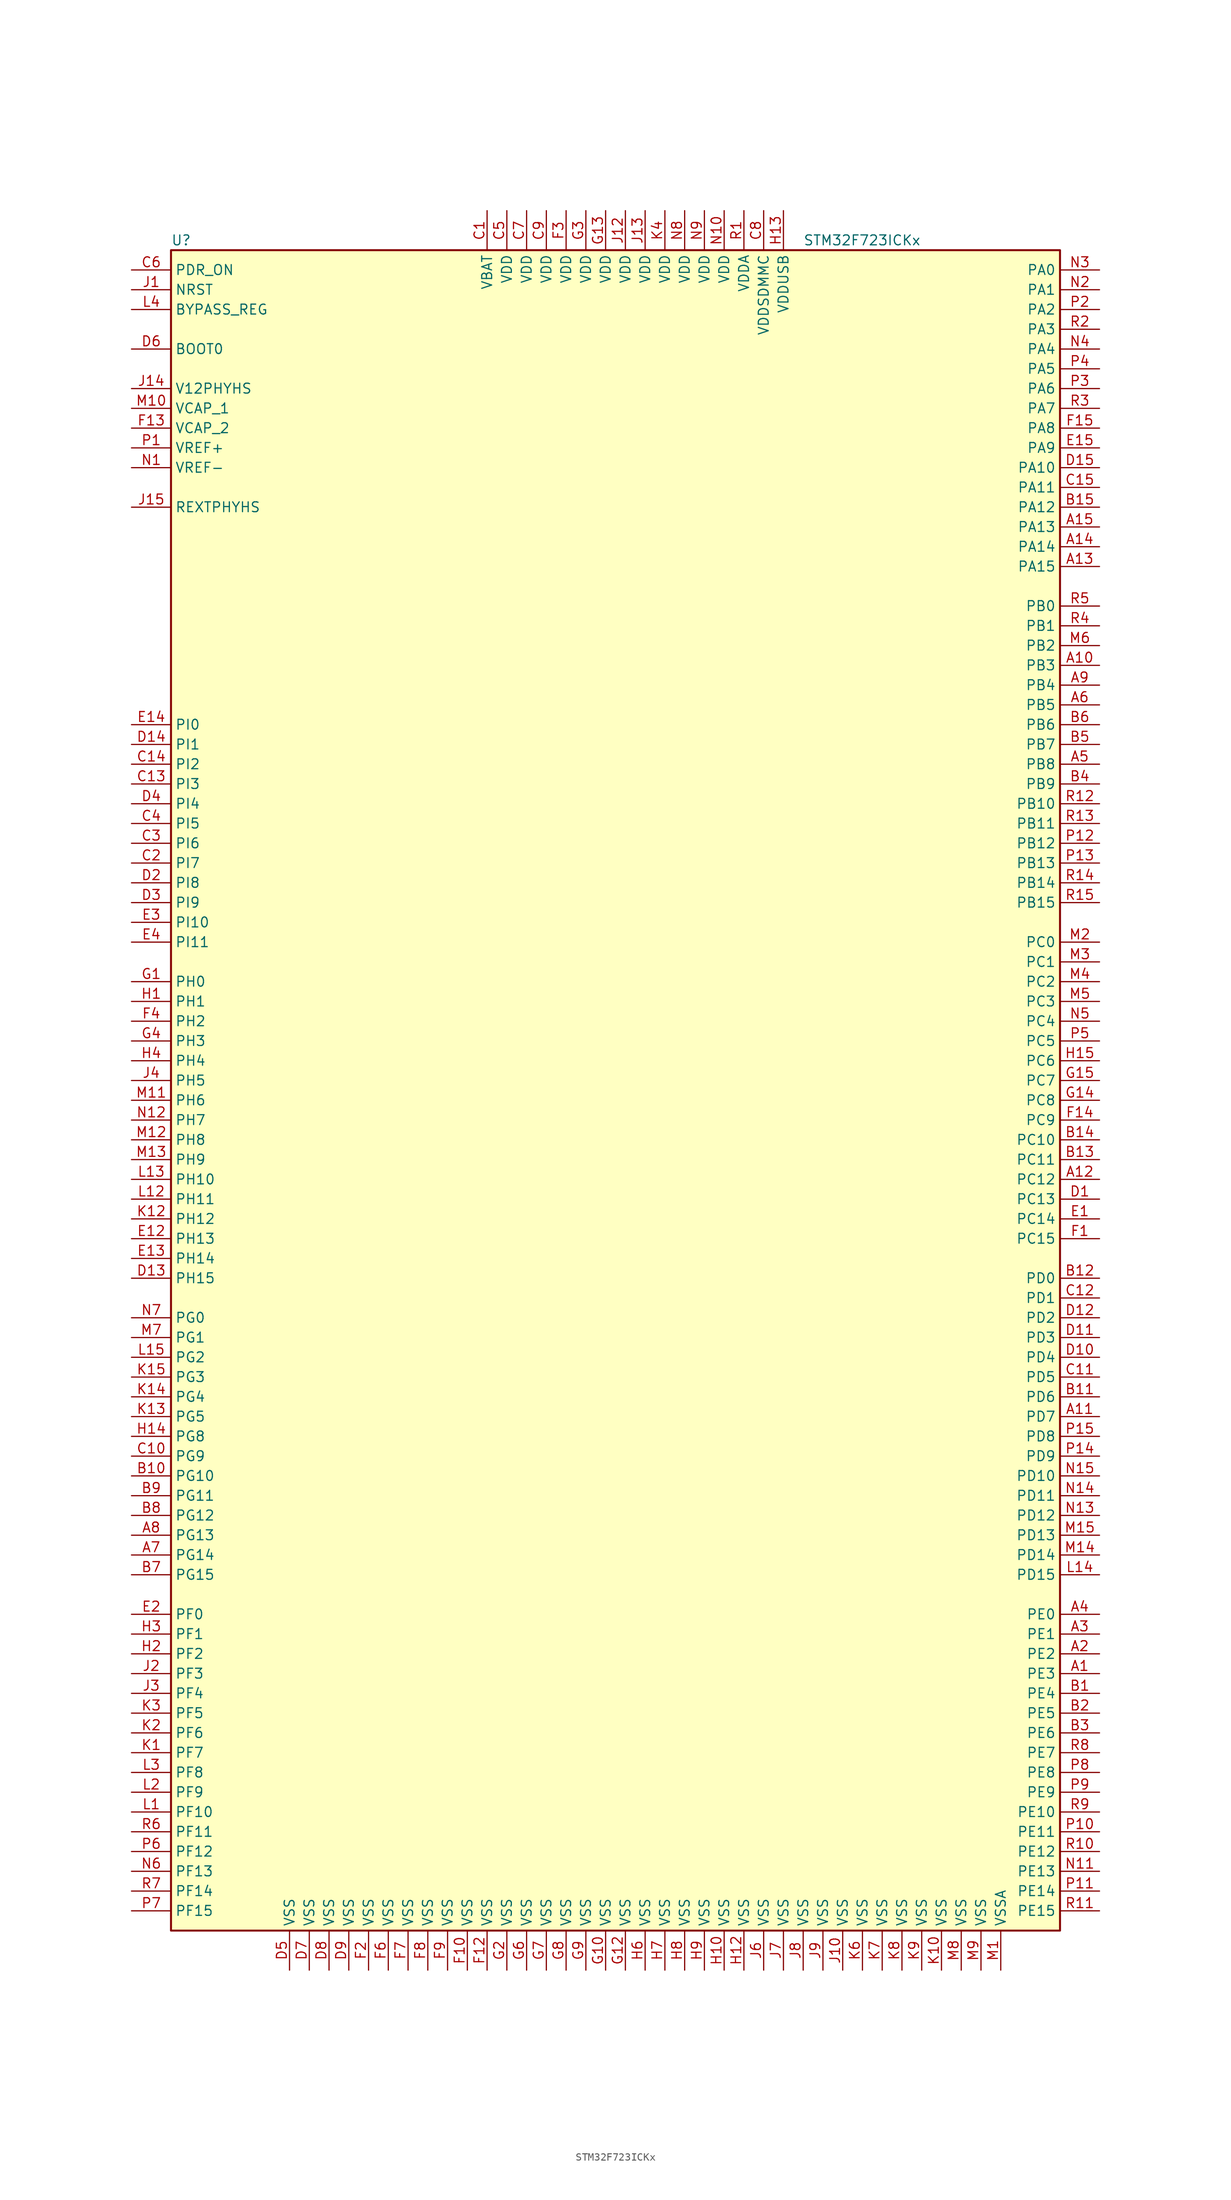
<source format=kicad_sym>
(kicad_symbol_lib
  (version 20201005)
  (generator kicad_symbol_editor)
  (symbol "STM32F723ICKx"
    (property "Reference" "U"
      (at -58.42 107.95 0)
      (effects (font (size 1.27 1.27)) (justify left)))
    (property "Value" "STM32F723ICKx"
      (at 22.86 107.95 0)
      (effects (font (size 1.27 1.27)) (justify left)))
    (symbol "STM32F723ICKx_0_1"
      (rectangle (start -58.42 -109.22) (end 55.88 106.68) (stroke (width 0.254)) (fill (type background))))
    (symbol "STM32F723ICKx_1_1"
      (pin bidirectional line (at 60.96 -76.2 180) (length 5.08) (name "PE3" (effects (font (size 1.27 1.27)))) (number "A1" (effects (font (size 1.27 1.27)))))
      (pin bidirectional line (at 60.96 53.34 180) (length 5.08) (name "PB3" (effects (font (size 1.27 1.27)))) (number "A10" (effects (font (size 1.27 1.27)))))
      (pin bidirectional line (at 60.96 -43.18 180) (length 5.08) (name "PD7" (effects (font (size 1.27 1.27)))) (number "A11" (effects (font (size 1.27 1.27)))))
      (pin bidirectional line (at 60.96 -12.7 180) (length 5.08) (name "PC12" (effects (font (size 1.27 1.27)))) (number "A12" (effects (font (size 1.27 1.27)))))
      (pin bidirectional line (at 60.96 66.04 180) (length 5.08) (name "PA15" (effects (font (size 1.27 1.27)))) (number "A13" (effects (font (size 1.27 1.27)))))
      (pin bidirectional line (at 60.96 68.58 180) (length 5.08) (name "PA14" (effects (font (size 1.27 1.27)))) (number "A14" (effects (font (size 1.27 1.27)))))
      (pin bidirectional line (at 60.96 71.12 180) (length 5.08) (name "PA13" (effects (font (size 1.27 1.27)))) (number "A15" (effects (font (size 1.27 1.27)))))
      (pin bidirectional line (at 60.96 -73.66 180) (length 5.08) (name "PE2" (effects (font (size 1.27 1.27)))) (number "A2" (effects (font (size 1.27 1.27)))))
      (pin bidirectional line (at 60.96 -71.12 180) (length 5.08) (name "PE1" (effects (font (size 1.27 1.27)))) (number "A3" (effects (font (size 1.27 1.27)))))
      (pin bidirectional line (at 60.96 -68.58 180) (length 5.08) (name "PE0" (effects (font (size 1.27 1.27)))) (number "A4" (effects (font (size 1.27 1.27)))))
      (pin bidirectional line (at 60.96 40.64 180) (length 5.08) (name "PB8" (effects (font (size 1.27 1.27)))) (number "A5" (effects (font (size 1.27 1.27)))))
      (pin bidirectional line (at 60.96 48.26 180) (length 5.08) (name "PB5" (effects (font (size 1.27 1.27)))) (number "A6" (effects (font (size 1.27 1.27)))))
      (pin bidirectional line (at -63.5 -60.96 0) (length 5.08) (name "PG14" (effects (font (size 1.27 1.27)))) (number "A7" (effects (font (size 1.27 1.27)))))
      (pin bidirectional line (at -63.5 -58.42 0) (length 5.08) (name "PG13" (effects (font (size 1.27 1.27)))) (number "A8" (effects (font (size 1.27 1.27)))))
      (pin bidirectional line (at 60.96 50.8 180) (length 5.08) (name "PB4" (effects (font (size 1.27 1.27)))) (number "A9" (effects (font (size 1.27 1.27)))))
      (pin bidirectional line (at 60.96 -78.74 180) (length 5.08) (name "PE4" (effects (font (size 1.27 1.27)))) (number "B1" (effects (font (size 1.27 1.27)))))
      (pin bidirectional line (at -63.5 -50.8 0) (length 5.08) (name "PG10" (effects (font (size 1.27 1.27)))) (number "B10" (effects (font (size 1.27 1.27)))))
      (pin bidirectional line (at 60.96 -40.64 180) (length 5.08) (name "PD6" (effects (font (size 1.27 1.27)))) (number "B11" (effects (font (size 1.27 1.27)))))
      (pin bidirectional line (at 60.96 -25.4 180) (length 5.08) (name "PD0" (effects (font (size 1.27 1.27)))) (number "B12" (effects (font (size 1.27 1.27)))))
      (pin bidirectional line (at 60.96 -10.16 180) (length 5.08) (name "PC11" (effects (font (size 1.27 1.27)))) (number "B13" (effects (font (size 1.27 1.27)))))
      (pin bidirectional line (at 60.96 -7.62 180) (length 5.08) (name "PC10" (effects (font (size 1.27 1.27)))) (number "B14" (effects (font (size 1.27 1.27)))))
      (pin bidirectional line (at 60.96 73.66 180) (length 5.08) (name "PA12" (effects (font (size 1.27 1.27)))) (number "B15" (effects (font (size 1.27 1.27)))))
      (pin bidirectional line (at 60.96 -81.28 180) (length 5.08) (name "PE5" (effects (font (size 1.27 1.27)))) (number "B2" (effects (font (size 1.27 1.27)))))
      (pin bidirectional line (at 60.96 -83.82 180) (length 5.08) (name "PE6" (effects (font (size 1.27 1.27)))) (number "B3" (effects (font (size 1.27 1.27)))))
      (pin bidirectional line (at 60.96 38.1 180) (length 5.08) (name "PB9" (effects (font (size 1.27 1.27)))) (number "B4" (effects (font (size 1.27 1.27)))))
      (pin bidirectional line (at 60.96 43.18 180) (length 5.08) (name "PB7" (effects (font (size 1.27 1.27)))) (number "B5" (effects (font (size 1.27 1.27)))))
      (pin bidirectional line (at 60.96 45.72 180) (length 5.08) (name "PB6" (effects (font (size 1.27 1.27)))) (number "B6" (effects (font (size 1.27 1.27)))))
      (pin bidirectional line (at -63.5 -63.5 0) (length 5.08) (name "PG15" (effects (font (size 1.27 1.27)))) (number "B7" (effects (font (size 1.27 1.27)))))
      (pin bidirectional line (at -63.5 -55.88 0) (length 5.08) (name "PG12" (effects (font (size 1.27 1.27)))) (number "B8" (effects (font (size 1.27 1.27)))))
      (pin bidirectional line (at -63.5 -53.34 0) (length 5.08) (name "PG11" (effects (font (size 1.27 1.27)))) (number "B9" (effects (font (size 1.27 1.27)))))
      (pin power_in line (at -17.78 111.76 270) (length 5.08) (name "VBAT" (effects (font (size 1.27 1.27)))) (number "C1" (effects (font (size 1.27 1.27)))))
      (pin bidirectional line (at -63.5 -48.26 0) (length 5.08) (name "PG9" (effects (font (size 1.27 1.27)))) (number "C10" (effects (font (size 1.27 1.27)))))
      (pin bidirectional line (at 60.96 -38.1 180) (length 5.08) (name "PD5" (effects (font (size 1.27 1.27)))) (number "C11" (effects (font (size 1.27 1.27)))))
      (pin bidirectional line (at 60.96 -27.94 180) (length 5.08) (name "PD1" (effects (font (size 1.27 1.27)))) (number "C12" (effects (font (size 1.27 1.27)))))
      (pin bidirectional line (at -63.5 38.1 0) (length 5.08) (name "PI3" (effects (font (size 1.27 1.27)))) (number "C13" (effects (font (size 1.27 1.27)))))
      (pin bidirectional line (at -63.5 40.64 0) (length 5.08) (name "PI2" (effects (font (size 1.27 1.27)))) (number "C14" (effects (font (size 1.27 1.27)))))
      (pin bidirectional line (at 60.96 76.2 180) (length 5.08) (name "PA11" (effects (font (size 1.27 1.27)))) (number "C15" (effects (font (size 1.27 1.27)))))
      (pin bidirectional line (at -63.5 27.94 0) (length 5.08) (name "PI7" (effects (font (size 1.27 1.27)))) (number "C2" (effects (font (size 1.27 1.27)))))
      (pin bidirectional line (at -63.5 30.48 0) (length 5.08) (name "PI6" (effects (font (size 1.27 1.27)))) (number "C3" (effects (font (size 1.27 1.27)))))
      (pin bidirectional line (at -63.5 33.02 0) (length 5.08) (name "PI5" (effects (font (size 1.27 1.27)))) (number "C4" (effects (font (size 1.27 1.27)))))
      (pin power_in line (at -15.24 111.76 270) (length 5.08) (name "VDD" (effects (font (size 1.27 1.27)))) (number "C5" (effects (font (size 1.27 1.27)))))
      (pin input line (at -63.5 104.14 0) (length 5.08) (name "PDR_ON" (effects (font (size 1.27 1.27)))) (number "C6" (effects (font (size 1.27 1.27)))))
      (pin power_in line (at -12.7 111.76 270) (length 5.08) (name "VDD" (effects (font (size 1.27 1.27)))) (number "C7" (effects (font (size 1.27 1.27)))))
      (pin power_in line (at 17.78 111.76 270) (length 5.08) (name "VDDSDMMC" (effects (font (size 1.27 1.27)))) (number "C8" (effects (font (size 1.27 1.27)))))
      (pin power_in line (at -10.16 111.76 270) (length 5.08) (name "VDD" (effects (font (size 1.27 1.27)))) (number "C9" (effects (font (size 1.27 1.27)))))
      (pin bidirectional line (at 60.96 -15.24 180) (length 5.08) (name "PC13" (effects (font (size 1.27 1.27)))) (number "D1" (effects (font (size 1.27 1.27)))))
      (pin bidirectional line (at 60.96 -35.56 180) (length 5.08) (name "PD4" (effects (font (size 1.27 1.27)))) (number "D10" (effects (font (size 1.27 1.27)))))
      (pin bidirectional line (at 60.96 -33.02 180) (length 5.08) (name "PD3" (effects (font (size 1.27 1.27)))) (number "D11" (effects (font (size 1.27 1.27)))))
      (pin bidirectional line (at 60.96 -30.48 180) (length 5.08) (name "PD2" (effects (font (size 1.27 1.27)))) (number "D12" (effects (font (size 1.27 1.27)))))
      (pin bidirectional line (at -63.5 -25.4 0) (length 5.08) (name "PH15" (effects (font (size 1.27 1.27)))) (number "D13" (effects (font (size 1.27 1.27)))))
      (pin bidirectional line (at -63.5 43.18 0) (length 5.08) (name "PI1" (effects (font (size 1.27 1.27)))) (number "D14" (effects (font (size 1.27 1.27)))))
      (pin bidirectional line (at 60.96 78.74 180) (length 5.08) (name "PA10" (effects (font (size 1.27 1.27)))) (number "D15" (effects (font (size 1.27 1.27)))))
      (pin bidirectional line (at -63.5 25.4 0) (length 5.08) (name "PI8" (effects (font (size 1.27 1.27)))) (number "D2" (effects (font (size 1.27 1.27)))))
      (pin bidirectional line (at -63.5 22.86 0) (length 5.08) (name "PI9" (effects (font (size 1.27 1.27)))) (number "D3" (effects (font (size 1.27 1.27)))))
      (pin bidirectional line (at -63.5 35.56 0) (length 5.08) (name "PI4" (effects (font (size 1.27 1.27)))) (number "D4" (effects (font (size 1.27 1.27)))))
      (pin power_in line (at -43.18 -114.3 90) (length 5.08) (name "VSS" (effects (font (size 1.27 1.27)))) (number "D5" (effects (font (size 1.27 1.27)))))
      (pin input line (at -63.5 93.98 0) (length 5.08) (name "BOOT0" (effects (font (size 1.27 1.27)))) (number "D6" (effects (font (size 1.27 1.27)))))
      (pin power_in line (at -40.64 -114.3 90) (length 5.08) (name "VSS" (effects (font (size 1.27 1.27)))) (number "D7" (effects (font (size 1.27 1.27)))))
      (pin power_in line (at -38.1 -114.3 90) (length 5.08) (name "VSS" (effects (font (size 1.27 1.27)))) (number "D8" (effects (font (size 1.27 1.27)))))
      (pin power_in line (at -35.56 -114.3 90) (length 5.08) (name "VSS" (effects (font (size 1.27 1.27)))) (number "D9" (effects (font (size 1.27 1.27)))))
      (pin bidirectional line (at 60.96 -17.78 180) (length 5.08) (name "PC14" (effects (font (size 1.27 1.27)))) (number "E1" (effects (font (size 1.27 1.27)))))
      (pin bidirectional line (at -63.5 -20.32 0) (length 5.08) (name "PH13" (effects (font (size 1.27 1.27)))) (number "E12" (effects (font (size 1.27 1.27)))))
      (pin bidirectional line (at -63.5 -22.86 0) (length 5.08) (name "PH14" (effects (font (size 1.27 1.27)))) (number "E13" (effects (font (size 1.27 1.27)))))
      (pin bidirectional line (at -63.5 45.72 0) (length 5.08) (name "PI0" (effects (font (size 1.27 1.27)))) (number "E14" (effects (font (size 1.27 1.27)))))
      (pin bidirectional line (at 60.96 81.28 180) (length 5.08) (name "PA9" (effects (font (size 1.27 1.27)))) (number "E15" (effects (font (size 1.27 1.27)))))
      (pin bidirectional line (at -63.5 -68.58 0) (length 5.08) (name "PF0" (effects (font (size 1.27 1.27)))) (number "E2" (effects (font (size 1.27 1.27)))))
      (pin bidirectional line (at -63.5 20.32 0) (length 5.08) (name "PI10" (effects (font (size 1.27 1.27)))) (number "E3" (effects (font (size 1.27 1.27)))))
      (pin bidirectional line (at -63.5 17.78 0) (length 5.08) (name "PI11" (effects (font (size 1.27 1.27)))) (number "E4" (effects (font (size 1.27 1.27)))))
      (pin bidirectional line (at 60.96 -20.32 180) (length 5.08) (name "PC15" (effects (font (size 1.27 1.27)))) (number "F1" (effects (font (size 1.27 1.27)))))
      (pin power_in line (at -20.32 -114.3 90) (length 5.08) (name "VSS" (effects (font (size 1.27 1.27)))) (number "F10" (effects (font (size 1.27 1.27)))))
      (pin power_in line (at -17.78 -114.3 90) (length 5.08) (name "VSS" (effects (font (size 1.27 1.27)))) (number "F12" (effects (font (size 1.27 1.27)))))
      (pin power_in line (at -63.5 83.82 0) (length 5.08) (name "VCAP_2" (effects (font (size 1.27 1.27)))) (number "F13" (effects (font (size 1.27 1.27)))))
      (pin bidirectional line (at 60.96 -5.08 180) (length 5.08) (name "PC9" (effects (font (size 1.27 1.27)))) (number "F14" (effects (font (size 1.27 1.27)))))
      (pin bidirectional line (at 60.96 83.82 180) (length 5.08) (name "PA8" (effects (font (size 1.27 1.27)))) (number "F15" (effects (font (size 1.27 1.27)))))
      (pin power_in line (at -33.02 -114.3 90) (length 5.08) (name "VSS" (effects (font (size 1.27 1.27)))) (number "F2" (effects (font (size 1.27 1.27)))))
      (pin power_in line (at -7.62 111.76 270) (length 5.08) (name "VDD" (effects (font (size 1.27 1.27)))) (number "F3" (effects (font (size 1.27 1.27)))))
      (pin bidirectional line (at -63.5 7.62 0) (length 5.08) (name "PH2" (effects (font (size 1.27 1.27)))) (number "F4" (effects (font (size 1.27 1.27)))))
      (pin power_in line (at -30.48 -114.3 90) (length 5.08) (name "VSS" (effects (font (size 1.27 1.27)))) (number "F6" (effects (font (size 1.27 1.27)))))
      (pin power_in line (at -27.94 -114.3 90) (length 5.08) (name "VSS" (effects (font (size 1.27 1.27)))) (number "F7" (effects (font (size 1.27 1.27)))))
      (pin power_in line (at -25.4 -114.3 90) (length 5.08) (name "VSS" (effects (font (size 1.27 1.27)))) (number "F8" (effects (font (size 1.27 1.27)))))
      (pin power_in line (at -22.86 -114.3 90) (length 5.08) (name "VSS" (effects (font (size 1.27 1.27)))) (number "F9" (effects (font (size 1.27 1.27)))))
      (pin input line (at -63.5 12.7 0) (length 5.08) (name "PH0" (effects (font (size 1.27 1.27)))) (number "G1" (effects (font (size 1.27 1.27)))))
      (pin power_in line (at -2.54 -114.3 90) (length 5.08) (name "VSS" (effects (font (size 1.27 1.27)))) (number "G10" (effects (font (size 1.27 1.27)))))
      (pin power_in line (at 0 -114.3 90) (length 5.08) (name "VSS" (effects (font (size 1.27 1.27)))) (number "G12" (effects (font (size 1.27 1.27)))))
      (pin power_in line (at -2.54 111.76 270) (length 5.08) (name "VDD" (effects (font (size 1.27 1.27)))) (number "G13" (effects (font (size 1.27 1.27)))))
      (pin bidirectional line (at 60.96 -2.54 180) (length 5.08) (name "PC8" (effects (font (size 1.27 1.27)))) (number "G14" (effects (font (size 1.27 1.27)))))
      (pin bidirectional line (at 60.96 0 180) (length 5.08) (name "PC7" (effects (font (size 1.27 1.27)))) (number "G15" (effects (font (size 1.27 1.27)))))
      (pin power_in line (at -15.24 -114.3 90) (length 5.08) (name "VSS" (effects (font (size 1.27 1.27)))) (number "G2" (effects (font (size 1.27 1.27)))))
      (pin power_in line (at -5.08 111.76 270) (length 5.08) (name "VDD" (effects (font (size 1.27 1.27)))) (number "G3" (effects (font (size 1.27 1.27)))))
      (pin bidirectional line (at -63.5 5.08 0) (length 5.08) (name "PH3" (effects (font (size 1.27 1.27)))) (number "G4" (effects (font (size 1.27 1.27)))))
      (pin power_in line (at -12.7 -114.3 90) (length 5.08) (name "VSS" (effects (font (size 1.27 1.27)))) (number "G6" (effects (font (size 1.27 1.27)))))
      (pin power_in line (at -10.16 -114.3 90) (length 5.08) (name "VSS" (effects (font (size 1.27 1.27)))) (number "G7" (effects (font (size 1.27 1.27)))))
      (pin power_in line (at -7.62 -114.3 90) (length 5.08) (name "VSS" (effects (font (size 1.27 1.27)))) (number "G8" (effects (font (size 1.27 1.27)))))
      (pin power_in line (at -5.08 -114.3 90) (length 5.08) (name "VSS" (effects (font (size 1.27 1.27)))) (number "G9" (effects (font (size 1.27 1.27)))))
      (pin input line (at -63.5 10.16 0) (length 5.08) (name "PH1" (effects (font (size 1.27 1.27)))) (number "H1" (effects (font (size 1.27 1.27)))))
      (pin power_in line (at 12.7 -114.3 90) (length 5.08) (name "VSS" (effects (font (size 1.27 1.27)))) (number "H10" (effects (font (size 1.27 1.27)))))
      (pin power_in line (at 15.24 -114.3 90) (length 5.08) (name "VSS" (effects (font (size 1.27 1.27)))) (number "H12" (effects (font (size 1.27 1.27)))))
      (pin power_in line (at 20.32 111.76 270) (length 5.08) (name "VDDUSB" (effects (font (size 1.27 1.27)))) (number "H13" (effects (font (size 1.27 1.27)))))
      (pin bidirectional line (at -63.5 -45.72 0) (length 5.08) (name "PG8" (effects (font (size 1.27 1.27)))) (number "H14" (effects (font (size 1.27 1.27)))))
      (pin bidirectional line (at 60.96 2.54 180) (length 5.08) (name "PC6" (effects (font (size 1.27 1.27)))) (number "H15" (effects (font (size 1.27 1.27)))))
      (pin bidirectional line (at -63.5 -73.66 0) (length 5.08) (name "PF2" (effects (font (size 1.27 1.27)))) (number "H2" (effects (font (size 1.27 1.27)))))
      (pin bidirectional line (at -63.5 -71.12 0) (length 5.08) (name "PF1" (effects (font (size 1.27 1.27)))) (number "H3" (effects (font (size 1.27 1.27)))))
      (pin bidirectional line (at -63.5 2.54 0) (length 5.08) (name "PH4" (effects (font (size 1.27 1.27)))) (number "H4" (effects (font (size 1.27 1.27)))))
      (pin power_in line (at 2.54 -114.3 90) (length 5.08) (name "VSS" (effects (font (size 1.27 1.27)))) (number "H6" (effects (font (size 1.27 1.27)))))
      (pin power_in line (at 5.08 -114.3 90) (length 5.08) (name "VSS" (effects (font (size 1.27 1.27)))) (number "H7" (effects (font (size 1.27 1.27)))))
      (pin power_in line (at 7.62 -114.3 90) (length 5.08) (name "VSS" (effects (font (size 1.27 1.27)))) (number "H8" (effects (font (size 1.27 1.27)))))
      (pin power_in line (at 10.16 -114.3 90) (length 5.08) (name "VSS" (effects (font (size 1.27 1.27)))) (number "H9" (effects (font (size 1.27 1.27)))))
      (pin input line (at -63.5 101.6 0) (length 5.08) (name "NRST" (effects (font (size 1.27 1.27)))) (number "J1" (effects (font (size 1.27 1.27)))))
      (pin power_in line (at 27.94 -114.3 90) (length 5.08) (name "VSS" (effects (font (size 1.27 1.27)))) (number "J10" (effects (font (size 1.27 1.27)))))
      (pin power_in line (at 0 111.76 270) (length 5.08) (name "VDD" (effects (font (size 1.27 1.27)))) (number "J12" (effects (font (size 1.27 1.27)))))
      (pin power_in line (at 2.54 111.76 270) (length 5.08) (name "VDD" (effects (font (size 1.27 1.27)))) (number "J13" (effects (font (size 1.27 1.27)))))
      (pin power_in line (at -63.5 88.9 0) (length 5.08) (name "V12PHYHS" (effects (font (size 1.27 1.27)))) (number "J14" (effects (font (size 1.27 1.27)))))
      (pin bidirectional line (at -63.5 73.66 0) (length 5.08) (name "REXTPHYHS" (effects (font (size 1.27 1.27)))) (number "J15" (effects (font (size 1.27 1.27)))))
      (pin bidirectional line (at -63.5 -76.2 0) (length 5.08) (name "PF3" (effects (font (size 1.27 1.27)))) (number "J2" (effects (font (size 1.27 1.27)))))
      (pin bidirectional line (at -63.5 -78.74 0) (length 5.08) (name "PF4" (effects (font (size 1.27 1.27)))) (number "J3" (effects (font (size 1.27 1.27)))))
      (pin bidirectional line (at -63.5 0 0) (length 5.08) (name "PH5" (effects (font (size 1.27 1.27)))) (number "J4" (effects (font (size 1.27 1.27)))))
      (pin power_in line (at 17.78 -114.3 90) (length 5.08) (name "VSS" (effects (font (size 1.27 1.27)))) (number "J6" (effects (font (size 1.27 1.27)))))
      (pin power_in line (at 20.32 -114.3 90) (length 5.08) (name "VSS" (effects (font (size 1.27 1.27)))) (number "J7" (effects (font (size 1.27 1.27)))))
      (pin power_in line (at 22.86 -114.3 90) (length 5.08) (name "VSS" (effects (font (size 1.27 1.27)))) (number "J8" (effects (font (size 1.27 1.27)))))
      (pin power_in line (at 25.4 -114.3 90) (length 5.08) (name "VSS" (effects (font (size 1.27 1.27)))) (number "J9" (effects (font (size 1.27 1.27)))))
      (pin bidirectional line (at -63.5 -86.36 0) (length 5.08) (name "PF7" (effects (font (size 1.27 1.27)))) (number "K1" (effects (font (size 1.27 1.27)))))
      (pin power_in line (at 40.64 -114.3 90) (length 5.08) (name "VSS" (effects (font (size 1.27 1.27)))) (number "K10" (effects (font (size 1.27 1.27)))))
      (pin bidirectional line (at -63.5 -17.78 0) (length 5.08) (name "PH12" (effects (font (size 1.27 1.27)))) (number "K12" (effects (font (size 1.27 1.27)))))
      (pin bidirectional line (at -63.5 -43.18 0) (length 5.08) (name "PG5" (effects (font (size 1.27 1.27)))) (number "K13" (effects (font (size 1.27 1.27)))))
      (pin bidirectional line (at -63.5 -40.64 0) (length 5.08) (name "PG4" (effects (font (size 1.27 1.27)))) (number "K14" (effects (font (size 1.27 1.27)))))
      (pin bidirectional line (at -63.5 -38.1 0) (length 5.08) (name "PG3" (effects (font (size 1.27 1.27)))) (number "K15" (effects (font (size 1.27 1.27)))))
      (pin bidirectional line (at -63.5 -83.82 0) (length 5.08) (name "PF6" (effects (font (size 1.27 1.27)))) (number "K2" (effects (font (size 1.27 1.27)))))
      (pin bidirectional line (at -63.5 -81.28 0) (length 5.08) (name "PF5" (effects (font (size 1.27 1.27)))) (number "K3" (effects (font (size 1.27 1.27)))))
      (pin power_in line (at 5.08 111.76 270) (length 5.08) (name "VDD" (effects (font (size 1.27 1.27)))) (number "K4" (effects (font (size 1.27 1.27)))))
      (pin power_in line (at 30.48 -114.3 90) (length 5.08) (name "VSS" (effects (font (size 1.27 1.27)))) (number "K6" (effects (font (size 1.27 1.27)))))
      (pin power_in line (at 33.02 -114.3 90) (length 5.08) (name "VSS" (effects (font (size 1.27 1.27)))) (number "K7" (effects (font (size 1.27 1.27)))))
      (pin power_in line (at 35.56 -114.3 90) (length 5.08) (name "VSS" (effects (font (size 1.27 1.27)))) (number "K8" (effects (font (size 1.27 1.27)))))
      (pin power_in line (at 38.1 -114.3 90) (length 5.08) (name "VSS" (effects (font (size 1.27 1.27)))) (number "K9" (effects (font (size 1.27 1.27)))))
      (pin bidirectional line (at -63.5 -93.98 0) (length 5.08) (name "PF10" (effects (font (size 1.27 1.27)))) (number "L1" (effects (font (size 1.27 1.27)))))
      (pin bidirectional line (at -63.5 -15.24 0) (length 5.08) (name "PH11" (effects (font (size 1.27 1.27)))) (number "L12" (effects (font (size 1.27 1.27)))))
      (pin bidirectional line (at -63.5 -12.7 0) (length 5.08) (name "PH10" (effects (font (size 1.27 1.27)))) (number "L13" (effects (font (size 1.27 1.27)))))
      (pin bidirectional line (at 60.96 -63.5 180) (length 5.08) (name "PD15" (effects (font (size 1.27 1.27)))) (number "L14" (effects (font (size 1.27 1.27)))))
      (pin bidirectional line (at -63.5 -35.56 0) (length 5.08) (name "PG2" (effects (font (size 1.27 1.27)))) (number "L15" (effects (font (size 1.27 1.27)))))
      (pin bidirectional line (at -63.5 -91.44 0) (length 5.08) (name "PF9" (effects (font (size 1.27 1.27)))) (number "L2" (effects (font (size 1.27 1.27)))))
      (pin bidirectional line (at -63.5 -88.9 0) (length 5.08) (name "PF8" (effects (font (size 1.27 1.27)))) (number "L3" (effects (font (size 1.27 1.27)))))
      (pin input line (at -63.5 99.06 0) (length 5.08) (name "BYPASS_REG" (effects (font (size 1.27 1.27)))) (number "L4" (effects (font (size 1.27 1.27)))))
      (pin power_in line (at 48.26 -114.3 90) (length 5.08) (name "VSSA" (effects (font (size 1.27 1.27)))) (number "M1" (effects (font (size 1.27 1.27)))))
      (pin power_in line (at -63.5 86.36 0) (length 5.08) (name "VCAP_1" (effects (font (size 1.27 1.27)))) (number "M10" (effects (font (size 1.27 1.27)))))
      (pin bidirectional line (at -63.5 -2.54 0) (length 5.08) (name "PH6" (effects (font (size 1.27 1.27)))) (number "M11" (effects (font (size 1.27 1.27)))))
      (pin bidirectional line (at -63.5 -7.62 0) (length 5.08) (name "PH8" (effects (font (size 1.27 1.27)))) (number "M12" (effects (font (size 1.27 1.27)))))
      (pin bidirectional line (at -63.5 -10.16 0) (length 5.08) (name "PH9" (effects (font (size 1.27 1.27)))) (number "M13" (effects (font (size 1.27 1.27)))))
      (pin bidirectional line (at 60.96 -60.96 180) (length 5.08) (name "PD14" (effects (font (size 1.27 1.27)))) (number "M14" (effects (font (size 1.27 1.27)))))
      (pin bidirectional line (at 60.96 -58.42 180) (length 5.08) (name "PD13" (effects (font (size 1.27 1.27)))) (number "M15" (effects (font (size 1.27 1.27)))))
      (pin bidirectional line (at 60.96 17.78 180) (length 5.08) (name "PC0" (effects (font (size 1.27 1.27)))) (number "M2" (effects (font (size 1.27 1.27)))))
      (pin bidirectional line (at 60.96 15.24 180) (length 5.08) (name "PC1" (effects (font (size 1.27 1.27)))) (number "M3" (effects (font (size 1.27 1.27)))))
      (pin bidirectional line (at 60.96 12.7 180) (length 5.08) (name "PC2" (effects (font (size 1.27 1.27)))) (number "M4" (effects (font (size 1.27 1.27)))))
      (pin bidirectional line (at 60.96 10.16 180) (length 5.08) (name "PC3" (effects (font (size 1.27 1.27)))) (number "M5" (effects (font (size 1.27 1.27)))))
      (pin bidirectional line (at 60.96 55.88 180) (length 5.08) (name "PB2" (effects (font (size 1.27 1.27)))) (number "M6" (effects (font (size 1.27 1.27)))))
      (pin bidirectional line (at -63.5 -33.02 0) (length 5.08) (name "PG1" (effects (font (size 1.27 1.27)))) (number "M7" (effects (font (size 1.27 1.27)))))
      (pin power_in line (at 43.18 -114.3 90) (length 5.08) (name "VSS" (effects (font (size 1.27 1.27)))) (number "M8" (effects (font (size 1.27 1.27)))))
      (pin power_in line (at 45.72 -114.3 90) (length 5.08) (name "VSS" (effects (font (size 1.27 1.27)))) (number "M9" (effects (font (size 1.27 1.27)))))
      (pin power_in line (at -63.5 78.74 0) (length 5.08) (name "VREF-" (effects (font (size 1.27 1.27)))) (number "N1" (effects (font (size 1.27 1.27)))))
      (pin power_in line (at 12.7 111.76 270) (length 5.08) (name "VDD" (effects (font (size 1.27 1.27)))) (number "N10" (effects (font (size 1.27 1.27)))))
      (pin bidirectional line (at 60.96 -101.6 180) (length 5.08) (name "PE13" (effects (font (size 1.27 1.27)))) (number "N11" (effects (font (size 1.27 1.27)))))
      (pin bidirectional line (at -63.5 -5.08 0) (length 5.08) (name "PH7" (effects (font (size 1.27 1.27)))) (number "N12" (effects (font (size 1.27 1.27)))))
      (pin bidirectional line (at 60.96 -55.88 180) (length 5.08) (name "PD12" (effects (font (size 1.27 1.27)))) (number "N13" (effects (font (size 1.27 1.27)))))
      (pin bidirectional line (at 60.96 -53.34 180) (length 5.08) (name "PD11" (effects (font (size 1.27 1.27)))) (number "N14" (effects (font (size 1.27 1.27)))))
      (pin bidirectional line (at 60.96 -50.8 180) (length 5.08) (name "PD10" (effects (font (size 1.27 1.27)))) (number "N15" (effects (font (size 1.27 1.27)))))
      (pin bidirectional line (at 60.96 101.6 180) (length 5.08) (name "PA1" (effects (font (size 1.27 1.27)))) (number "N2" (effects (font (size 1.27 1.27)))))
      (pin bidirectional line (at 60.96 104.14 180) (length 5.08) (name "PA0" (effects (font (size 1.27 1.27)))) (number "N3" (effects (font (size 1.27 1.27)))))
      (pin bidirectional line (at 60.96 93.98 180) (length 5.08) (name "PA4" (effects (font (size 1.27 1.27)))) (number "N4" (effects (font (size 1.27 1.27)))))
      (pin bidirectional line (at 60.96 7.62 180) (length 5.08) (name "PC4" (effects (font (size 1.27 1.27)))) (number "N5" (effects (font (size 1.27 1.27)))))
      (pin bidirectional line (at -63.5 -101.6 0) (length 5.08) (name "PF13" (effects (font (size 1.27 1.27)))) (number "N6" (effects (font (size 1.27 1.27)))))
      (pin bidirectional line (at -63.5 -30.48 0) (length 5.08) (name "PG0" (effects (font (size 1.27 1.27)))) (number "N7" (effects (font (size 1.27 1.27)))))
      (pin power_in line (at 7.62 111.76 270) (length 5.08) (name "VDD" (effects (font (size 1.27 1.27)))) (number "N8" (effects (font (size 1.27 1.27)))))
      (pin power_in line (at 10.16 111.76 270) (length 5.08) (name "VDD" (effects (font (size 1.27 1.27)))) (number "N9" (effects (font (size 1.27 1.27)))))
      (pin power_in line (at -63.5 81.28 0) (length 5.08) (name "VREF+" (effects (font (size 1.27 1.27)))) (number "P1" (effects (font (size 1.27 1.27)))))
      (pin bidirectional line (at 60.96 -96.52 180) (length 5.08) (name "PE11" (effects (font (size 1.27 1.27)))) (number "P10" (effects (font (size 1.27 1.27)))))
      (pin bidirectional line (at 60.96 -104.14 180) (length 5.08) (name "PE14" (effects (font (size 1.27 1.27)))) (number "P11" (effects (font (size 1.27 1.27)))))
      (pin bidirectional line (at 60.96 30.48 180) (length 5.08) (name "PB12" (effects (font (size 1.27 1.27)))) (number "P12" (effects (font (size 1.27 1.27)))))
      (pin bidirectional line (at 60.96 27.94 180) (length 5.08) (name "PB13" (effects (font (size 1.27 1.27)))) (number "P13" (effects (font (size 1.27 1.27)))))
      (pin bidirectional line (at 60.96 -48.26 180) (length 5.08) (name "PD9" (effects (font (size 1.27 1.27)))) (number "P14" (effects (font (size 1.27 1.27)))))
      (pin bidirectional line (at 60.96 -45.72 180) (length 5.08) (name "PD8" (effects (font (size 1.27 1.27)))) (number "P15" (effects (font (size 1.27 1.27)))))
      (pin bidirectional line (at 60.96 99.06 180) (length 5.08) (name "PA2" (effects (font (size 1.27 1.27)))) (number "P2" (effects (font (size 1.27 1.27)))))
      (pin bidirectional line (at 60.96 88.9 180) (length 5.08) (name "PA6" (effects (font (size 1.27 1.27)))) (number "P3" (effects (font (size 1.27 1.27)))))
      (pin bidirectional line (at 60.96 91.44 180) (length 5.08) (name "PA5" (effects (font (size 1.27 1.27)))) (number "P4" (effects (font (size 1.27 1.27)))))
      (pin bidirectional line (at 60.96 5.08 180) (length 5.08) (name "PC5" (effects (font (size 1.27 1.27)))) (number "P5" (effects (font (size 1.27 1.27)))))
      (pin bidirectional line (at -63.5 -99.06 0) (length 5.08) (name "PF12" (effects (font (size 1.27 1.27)))) (number "P6" (effects (font (size 1.27 1.27)))))
      (pin bidirectional line (at -63.5 -106.68 0) (length 5.08) (name "PF15" (effects (font (size 1.27 1.27)))) (number "P7" (effects (font (size 1.27 1.27)))))
      (pin bidirectional line (at 60.96 -88.9 180) (length 5.08) (name "PE8" (effects (font (size 1.27 1.27)))) (number "P8" (effects (font (size 1.27 1.27)))))
      (pin bidirectional line (at 60.96 -91.44 180) (length 5.08) (name "PE9" (effects (font (size 1.27 1.27)))) (number "P9" (effects (font (size 1.27 1.27)))))
      (pin power_in line (at 15.24 111.76 270) (length 5.08) (name "VDDA" (effects (font (size 1.27 1.27)))) (number "R1" (effects (font (size 1.27 1.27)))))
      (pin bidirectional line (at 60.96 -99.06 180) (length 5.08) (name "PE12" (effects (font (size 1.27 1.27)))) (number "R10" (effects (font (size 1.27 1.27)))))
      (pin bidirectional line (at 60.96 -106.68 180) (length 5.08) (name "PE15" (effects (font (size 1.27 1.27)))) (number "R11" (effects (font (size 1.27 1.27)))))
      (pin bidirectional line (at 60.96 35.56 180) (length 5.08) (name "PB10" (effects (font (size 1.27 1.27)))) (number "R12" (effects (font (size 1.27 1.27)))))
      (pin bidirectional line (at 60.96 33.02 180) (length 5.08) (name "PB11" (effects (font (size 1.27 1.27)))) (number "R13" (effects (font (size 1.27 1.27)))))
      (pin bidirectional line (at 60.96 25.4 180) (length 5.08) (name "PB14" (effects (font (size 1.27 1.27)))) (number "R14" (effects (font (size 1.27 1.27)))))
      (pin bidirectional line (at 60.96 22.86 180) (length 5.08) (name "PB15" (effects (font (size 1.27 1.27)))) (number "R15" (effects (font (size 1.27 1.27)))))
      (pin bidirectional line (at 60.96 96.52 180) (length 5.08) (name "PA3" (effects (font (size 1.27 1.27)))) (number "R2" (effects (font (size 1.27 1.27)))))
      (pin bidirectional line (at 60.96 86.36 180) (length 5.08) (name "PA7" (effects (font (size 1.27 1.27)))) (number "R3" (effects (font (size 1.27 1.27)))))
      (pin bidirectional line (at 60.96 58.42 180) (length 5.08) (name "PB1" (effects (font (size 1.27 1.27)))) (number "R4" (effects (font (size 1.27 1.27)))))
      (pin bidirectional line (at 60.96 60.96 180) (length 5.08) (name "PB0" (effects (font (size 1.27 1.27)))) (number "R5" (effects (font (size 1.27 1.27)))))
      (pin bidirectional line (at -63.5 -96.52 0) (length 5.08) (name "PF11" (effects (font (size 1.27 1.27)))) (number "R6" (effects (font (size 1.27 1.27)))))
      (pin bidirectional line (at -63.5 -104.14 0) (length 5.08) (name "PF14" (effects (font (size 1.27 1.27)))) (number "R7" (effects (font (size 1.27 1.27)))))
      (pin bidirectional line (at 60.96 -86.36 180) (length 5.08) (name "PE7" (effects (font (size 1.27 1.27)))) (number "R8" (effects (font (size 1.27 1.27)))))
      (pin bidirectional line (at 60.96 -93.98 180) (length 5.08) (name "PE10" (effects (font (size 1.27 1.27)))) (number "R9" (effects (font (size 1.27 1.27))))))))
</source>
